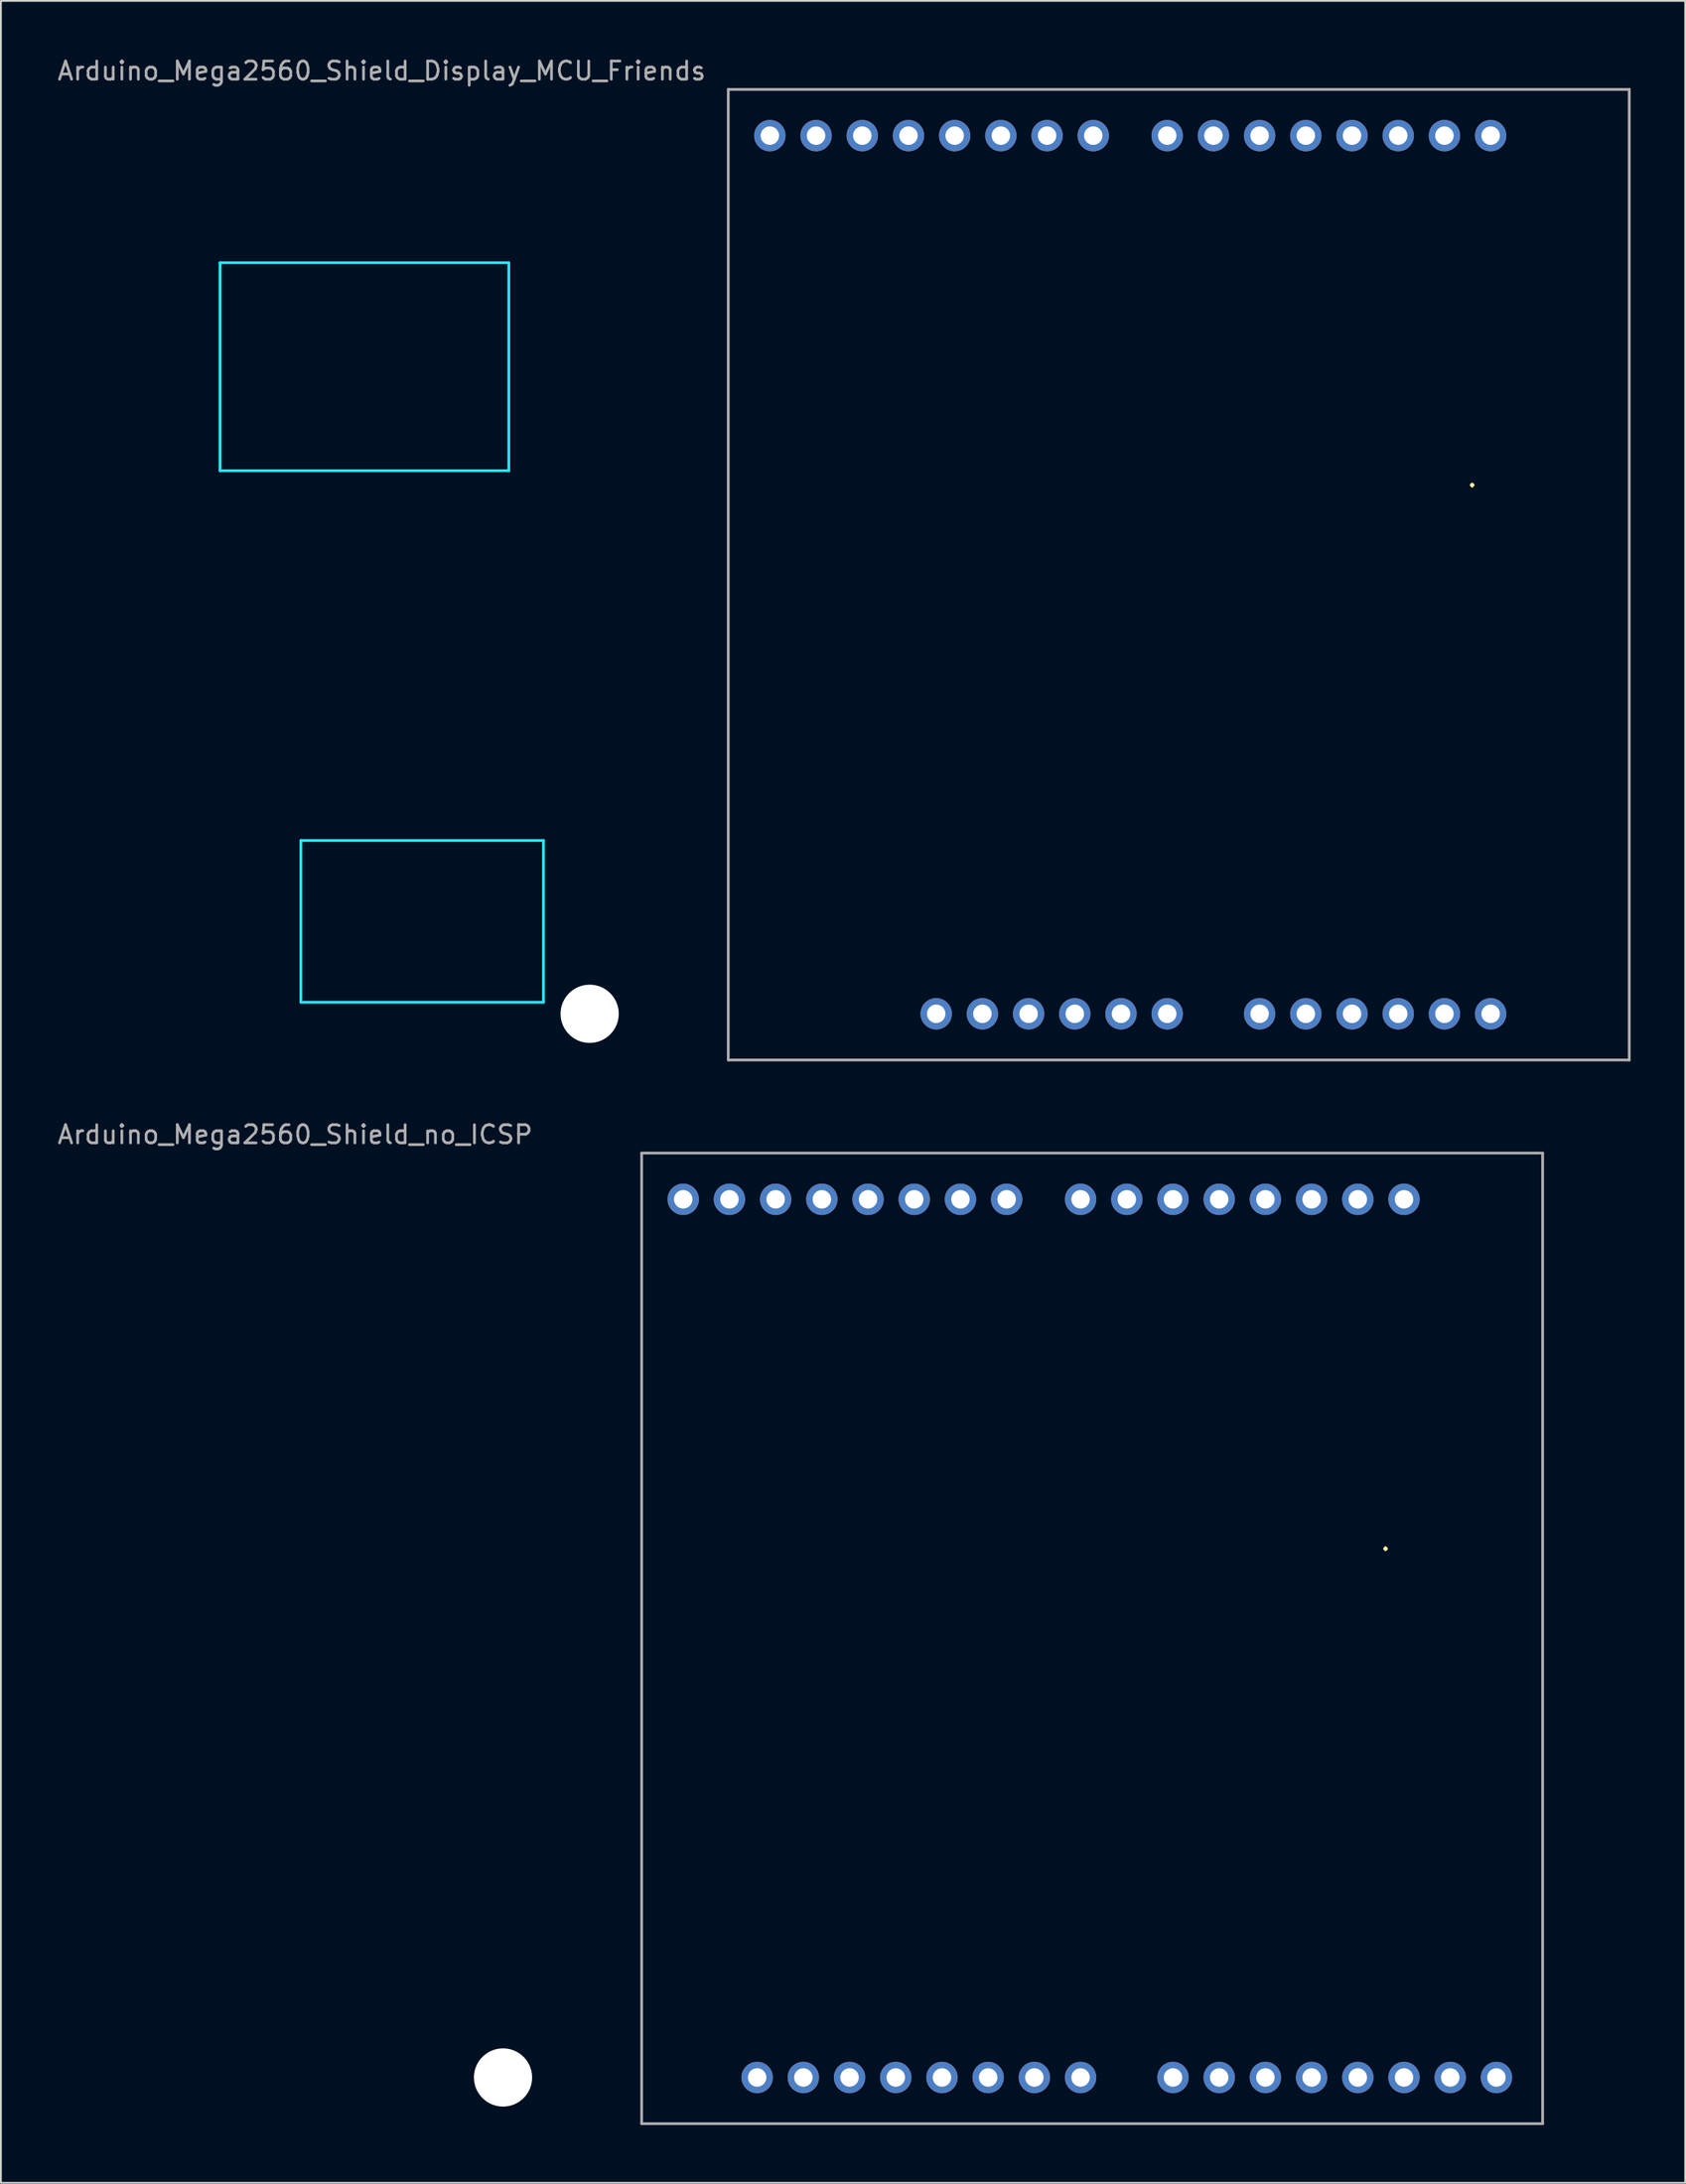
<source format=kicad_pcb>
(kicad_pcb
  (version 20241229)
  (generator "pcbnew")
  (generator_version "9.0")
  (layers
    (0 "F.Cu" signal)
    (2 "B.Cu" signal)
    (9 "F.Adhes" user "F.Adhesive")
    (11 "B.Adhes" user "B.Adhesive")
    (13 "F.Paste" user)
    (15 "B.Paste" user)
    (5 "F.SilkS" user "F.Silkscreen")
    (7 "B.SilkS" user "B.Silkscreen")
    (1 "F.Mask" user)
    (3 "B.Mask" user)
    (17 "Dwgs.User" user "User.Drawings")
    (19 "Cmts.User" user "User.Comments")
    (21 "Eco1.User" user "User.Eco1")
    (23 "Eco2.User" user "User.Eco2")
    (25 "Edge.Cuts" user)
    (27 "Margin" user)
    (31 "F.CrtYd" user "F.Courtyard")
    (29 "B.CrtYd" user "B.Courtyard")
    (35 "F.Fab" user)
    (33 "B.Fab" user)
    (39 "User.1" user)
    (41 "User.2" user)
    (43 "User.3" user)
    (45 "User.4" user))
  (footprint "Arduino_Mega2560_Shield_Display_MCU_Friends"
    (layer "F.Cu")
    (at 15.395 55.204)
    (property "Reference" "Arduino_Mega2560_Shield_Display_MCU_Friends" (at 2.54 -54.356 0) (layer "F.Fab") (effects (font (size 1 1) (thickness 0.15))))
    (attr through_hole)
    (fp_line (start -6.35 -43.815) (end -6.35 -32.385) (stroke (width 0.15) (type solid)) (layer "B.CrtYd"))
    (fp_line (start -1.905 -12.065) (end -1.905 -3.175) (stroke (width 0.15) (type solid)) (layer "B.CrtYd"))
    (fp_line (start -1.905 -12.065) (end 11.43 -12.065) (stroke (width 0.15) (type solid)) (layer "B.CrtYd"))
    (fp_line (start -1.905 -3.175) (end 11.43 -3.175) (stroke (width 0.15) (type solid)) (layer "B.CrtYd"))
    (fp_line (start 9.525 -43.815) (end -6.35 -43.815) (stroke (width 0.15) (type solid)) (layer "B.CrtYd"))
    (fp_line (start 9.525 -43.815) (end 9.525 -32.385) (stroke (width 0.15) (type solid)) (layer "B.CrtYd"))
    (fp_line (start 9.525 -32.385) (end -6.35 -32.385) (stroke (width 0.15) (type solid)) (layer "B.CrtYd"))
    (fp_line (start 11.43 -12.065) (end 11.43 -3.175) (stroke (width 0.15) (type solid)) (layer "B.CrtYd"))
    (fp_line (start 21.59 -53.34) (end 21.59 0) (stroke (width 0.15) (type solid)) (layer "F.Fab"))
    (fp_line (start 21.59 -53.34) (end 71.12 -53.34) (stroke (width 0.15) (type solid)) (layer "F.Fab"))
    (fp_line (start 21.59 0) (end 71.12 0) (stroke (width 0.15) (type solid)) (layer "F.Fab"))
    (fp_line (start 71.12 -53.34) (end 71.12 0) (stroke (width 0.15) (type solid)) (layer "F.Fab"))
    (fp_text user "." (at 62.484 -32.004 0) (layer "F.SilkS") (effects (font (size 1 1) (thickness 0.15))))
    (pad "" np_thru_hole circle (at 13.97 -2.54) (size 3.2 3.2) (drill 3.2) (layers "*.Cu" "*.Mask"))
    (pad "3V3" thru_hole oval (at 35.56 -2.54) (size 1.727 1.727) (drill 1.016) (layers "*.Cu" "*.Mask"))
    (pad "5V1" thru_hole oval (at 38.1 -2.54) (size 1.727 1.727) (drill 1.016) (layers "*.Cu" "*.Mask"))
    (pad "A0" thru_hole oval (at 50.8 -2.54) (size 1.727 1.727) (drill 1.016) (layers "*.Cu" "*.Mask"))
    (pad "A1" thru_hole oval (at 53.34 -2.54) (size 1.727 1.727) (drill 1.016) (layers "*.Cu" "*.Mask"))
    (pad "A2" thru_hole oval (at 55.88 -2.54) (size 1.727 1.727) (drill 1.016) (layers "*.Cu" "*.Mask"))
    (pad "A3" thru_hole oval (at 58.42 -2.54) (size 1.727 1.727) (drill 1.016) (layers "*.Cu" "*.Mask"))
    (pad "A4" thru_hole oval (at 60.96 -2.54) (size 1.727 1.727) (drill 1.016) (layers "*.Cu" "*.Mask"))
    (pad "A5" thru_hole oval (at 63.5 -2.54) (size 1.727 1.727) (drill 1.016) (layers "*.Cu" "*.Mask"))
    (pad "AREF" thru_hole oval (at 23.876 -50.8) (size 1.727 1.727) (drill 1.016) (layers "*.Cu" "*.Mask"))
    (pad "D0" thru_hole oval (at 63.5 -50.8) (size 1.727 1.727) (drill 1.016) (layers "*.Cu" "*.Mask"))
    (pad "D1" thru_hole oval (at 60.96 -50.8) (size 1.727 1.727) (drill 1.016) (layers "*.Cu" "*.Mask"))
    (pad "D2" thru_hole oval (at 58.42 -50.8) (size 1.727 1.727) (drill 1.016) (layers "*.Cu" "*.Mask"))
    (pad "D3" thru_hole oval (at 55.88 -50.8) (size 1.727 1.727) (drill 1.016) (layers "*.Cu" "*.Mask"))
    (pad "D4" thru_hole oval (at 53.34 -50.8) (size 1.727 1.727) (drill 1.016) (layers "*.Cu" "*.Mask"))
    (pad "D5" thru_hole oval (at 50.8 -50.8) (size 1.727 1.727) (drill 1.016) (layers "*.Cu" "*.Mask"))
    (pad "D6" thru_hole oval (at 48.26 -50.8) (size 1.727 1.727) (drill 1.016) (layers "*.Cu" "*.Mask"))
    (pad "D7" thru_hole oval (at 45.72 -50.8) (size 1.727 1.727) (drill 1.016) (layers "*.Cu" "*.Mask"))
    (pad "D8" thru_hole oval (at 41.656 -50.8) (size 1.727 1.727) (drill 1.016) (layers "*.Cu" "*.Mask"))
    (pad "D9" thru_hole oval (at 39.116 -50.8) (size 1.727 1.727) (drill 1.016) (layers "*.Cu" "*.Mask"))
    (pad "D10" thru_hole oval (at 36.576 -50.8) (size 1.727 1.727) (drill 1.016) (layers "*.Cu" "*.Mask"))
    (pad "D11" thru_hole oval (at 34.036 -50.8) (size 1.727 1.727) (drill 1.016) (layers "*.Cu" "*.Mask"))
    (pad "D12" thru_hole oval (at 31.496 -50.8) (size 1.727 1.727) (drill 1.016) (layers "*.Cu" "*.Mask"))
    (pad "D13" thru_hole oval (at 28.956 -50.8) (size 1.727 1.727) (drill 1.016) (layers "*.Cu" "*.Mask"))
    (pad "GND" thru_hole oval (at 40.64 -2.54) (size 1.727 1.727) (drill 1.016) (layers "*.Cu" "*.Mask"))
    (pad "GND" thru_hole oval (at 43.18 -2.54) (size 1.727 1.727) (drill 1.016) (layers "*.Cu" "*.Mask"))
    (pad "GND1" thru_hole oval (at 26.416 -50.8) (size 1.727 1.727) (drill 1.016) (layers "*.Cu" "*.Mask"))
    (pad "RST1" thru_hole oval (at 33.02 -2.54) (size 1.727 1.727) (drill 1.016) (layers "*.Cu" "*.Mask"))
    (pad "VIN" thru_hole oval (at 45.72 -2.54) (size 1.727 1.727) (drill 1.016) (layers "*.Cu" "*.Mask")))
  (footprint "Arduino_Mega2560_Shield_no_ICSP"
    (layer "F.Cu")
    (at 10.633 113.659)
    (property "Reference" "Arduino_Mega2560_Shield_no_ICSP" (at 2.54 -54.356 0) (layer "F.Fab") (effects (font (size 1 1) (thickness 0.15))))
    (attr through_hole)
    (fp_line (start 21.59 -53.34) (end 21.59 0) (stroke (width 0.15) (type solid)) (layer "F.Fab"))
    (fp_line (start 21.59 -53.34) (end 71.12 -53.34) (stroke (width 0.15) (type solid)) (layer "F.Fab"))
    (fp_line (start 21.59 0) (end 71.12 0) (stroke (width 0.15) (type solid)) (layer "F.Fab"))
    (fp_line (start 71.12 -53.34) (end 71.12 0) (stroke (width 0.15) (type solid)) (layer "F.Fab"))
    (fp_text user "." (at 62.484 -32.004 0) (layer "F.SilkS") (effects (font (size 1 1) (thickness 0.15))))
    (pad "" np_thru_hole circle (at 13.97 -2.54) (size 3.2 3.2) (drill 3.2) (layers "*.Cu" "*.Mask"))
    (pad "" thru_hole oval (at 27.94 -2.54) (size 1.727 1.727) (drill 1.016) (layers "*.Cu" "*.Mask"))
    (pad "3V3" thru_hole oval (at 35.56 -2.54) (size 1.727 1.727) (drill 1.016) (layers "*.Cu" "*.Mask"))
    (pad "5V1" thru_hole oval (at 38.1 -2.54) (size 1.727 1.727) (drill 1.016) (layers "*.Cu" "*.Mask"))
    (pad "A0" thru_hole oval (at 50.8 -2.54) (size 1.727 1.727) (drill 1.016) (layers "*.Cu" "*.Mask"))
    (pad "A1" thru_hole oval (at 53.34 -2.54) (size 1.727 1.727) (drill 1.016) (layers "*.Cu" "*.Mask"))
    (pad "A2" thru_hole oval (at 55.88 -2.54) (size 1.727 1.727) (drill 1.016) (layers "*.Cu" "*.Mask"))
    (pad "A3" thru_hole oval (at 58.42 -2.54) (size 1.727 1.727) (drill 1.016) (layers "*.Cu" "*.Mask"))
    (pad "A4" thru_hole oval (at 60.96 -2.54) (size 1.727 1.727) (drill 1.016) (layers "*.Cu" "*.Mask"))
    (pad "A5" thru_hole oval (at 63.5 -2.54) (size 1.727 1.727) (drill 1.016) (layers "*.Cu" "*.Mask"))
    (pad "A6" thru_hole oval (at 66.04 -2.54) (size 1.727 1.727) (drill 1.016) (layers "*.Cu" "*.Mask"))
    (pad "A7" thru_hole oval (at 68.58 -2.54) (size 1.727 1.727) (drill 1.016) (layers "*.Cu" "*.Mask"))
    (pad "AREF" thru_hole oval (at 23.876 -50.8) (size 1.727 1.727) (drill 1.016) (layers "*.Cu" "*.Mask"))
    (pad "D0" thru_hole oval (at 63.5 -50.8) (size 1.727 1.727) (drill 1.016) (layers "*.Cu" "*.Mask"))
    (pad "D1" thru_hole oval (at 60.96 -50.8) (size 1.727 1.727) (drill 1.016) (layers "*.Cu" "*.Mask"))
    (pad "D2" thru_hole oval (at 58.42 -50.8) (size 1.727 1.727) (drill 1.016) (layers "*.Cu" "*.Mask"))
    (pad "D3" thru_hole oval (at 55.88 -50.8) (size 1.727 1.727) (drill 1.016) (layers "*.Cu" "*.Mask"))
    (pad "D4" thru_hole oval (at 53.34 -50.8) (size 1.727 1.727) (drill 1.016) (layers "*.Cu" "*.Mask"))
    (pad "D5" thru_hole oval (at 50.8 -50.8) (size 1.727 1.727) (drill 1.016) (layers "*.Cu" "*.Mask"))
    (pad "D6" thru_hole oval (at 48.26 -50.8) (size 1.727 1.727) (drill 1.016) (layers "*.Cu" "*.Mask"))
    (pad "D7" thru_hole oval (at 45.72 -50.8) (size 1.727 1.727) (drill 1.016) (layers "*.Cu" "*.Mask"))
    (pad "D8" thru_hole oval (at 41.656 -50.8) (size 1.727 1.727) (drill 1.016) (layers "*.Cu" "*.Mask"))
    (pad "D9" thru_hole oval (at 39.116 -50.8) (size 1.727 1.727) (drill 1.016) (layers "*.Cu" "*.Mask"))
    (pad "D10" thru_hole oval (at 36.576 -50.8) (size 1.727 1.727) (drill 1.016) (layers "*.Cu" "*.Mask"))
    (pad "D11" thru_hole oval (at 34.036 -50.8) (size 1.727 1.727) (drill 1.016) (layers "*.Cu" "*.Mask"))
    (pad "D12" thru_hole oval (at 31.496 -50.8) (size 1.727 1.727) (drill 1.016) (layers "*.Cu" "*.Mask"))
    (pad "D13" thru_hole oval (at 28.956 -50.8) (size 1.727 1.727) (drill 1.016) (layers "*.Cu" "*.Mask"))
    (pad "GND1" thru_hole oval (at 26.416 -50.8) (size 1.727 1.727) (drill 1.016) (layers "*.Cu" "*.Mask"))
    (pad "GND2" thru_hole oval (at 40.64 -2.54) (size 1.727 1.727) (drill 1.016) (layers "*.Cu" "*.Mask"))
    (pad "GND3" thru_hole oval (at 43.18 -2.54) (size 1.727 1.727) (drill 1.016) (layers "*.Cu" "*.Mask"))
    (pad "IORF" thru_hole oval (at 30.48 -2.54) (size 1.727 1.727) (drill 1.016) (layers "*.Cu" "*.Mask"))
    (pad "RST1" thru_hole oval (at 33.02 -2.54) (size 1.727 1.727) (drill 1.016) (layers "*.Cu" "*.Mask"))
    (pad "VIN" thru_hole oval (at 45.72 -2.54) (size 1.727 1.727) (drill 1.016) (layers "*.Cu" "*.Mask")))
  (gr_rect
    (start -3 -3)
    (end 89.59 116.909)
    (stroke (width 0.1) (type default))
    (fill no)
    (layer "Edge.Cuts")))
</source>
